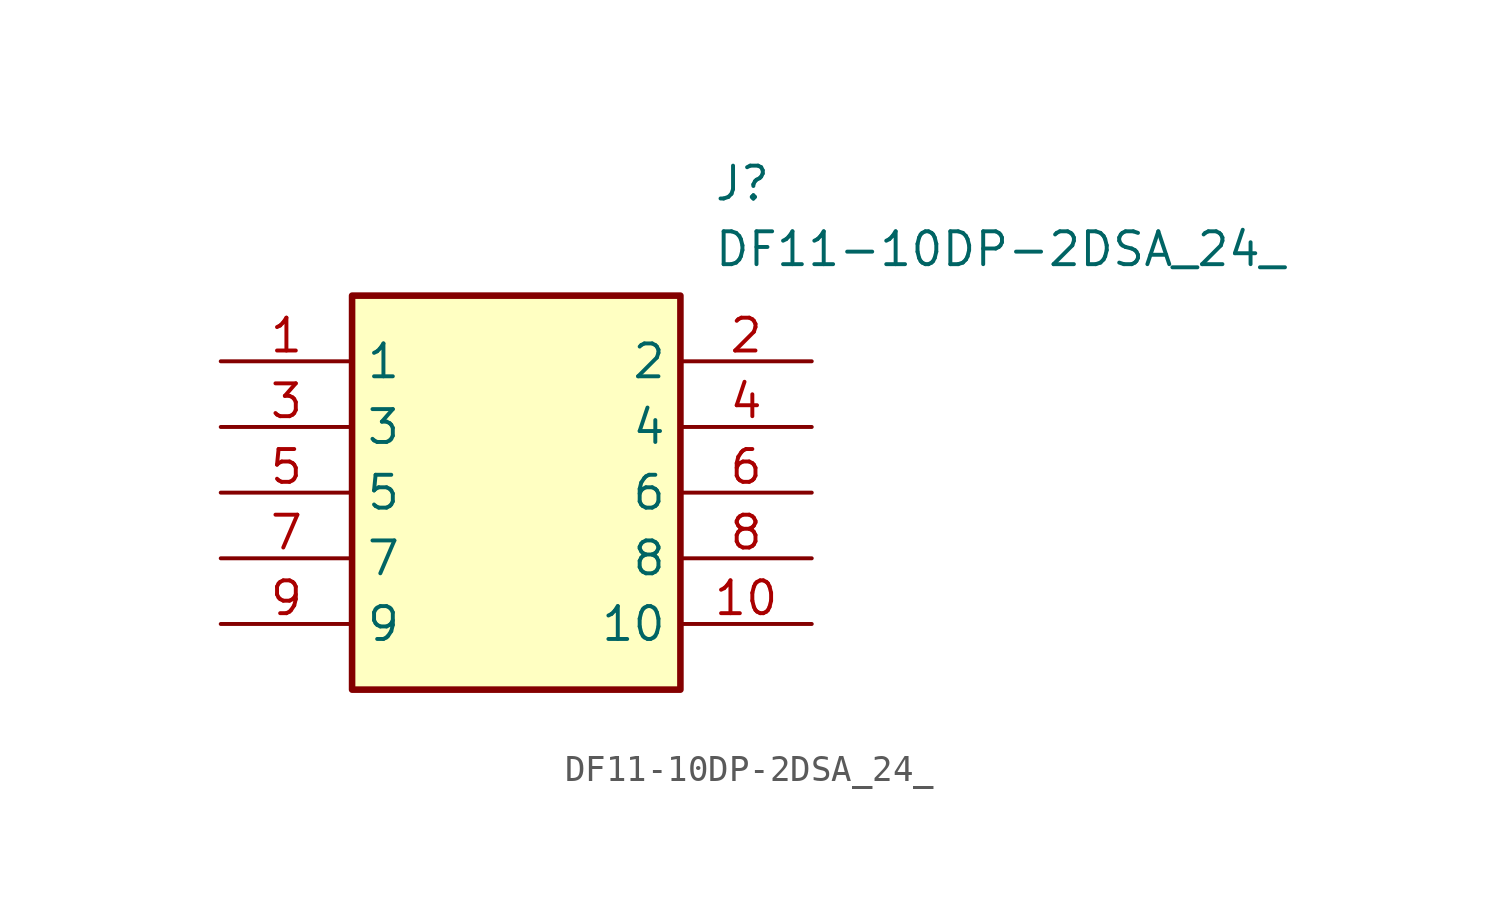
<source format=kicad_sym>
(kicad_symbol_lib
  (version 20211014)
  (generator SamacSys_ECAD_Model)
  (symbol "DF11-10DP-2DSA_24_"
    (property "Reference" "J"
      (at 19.05 7.62 0)
      (effects (font (size 1.27 1.27)) (justify left top)))
    (property "Value" "DF11-10DP-2DSA_24_"
      (at 19.05 5.08 0)
      (effects (font (size 1.27 1.27)) (justify left top)))
    (rectangle
      (start 5.08 2.54)
      (end 17.78 -12.7)
      (stroke (width 0.254) (type default))
      (fill (type background)))
    (pin passive line
      (at 0 0 0)
      (length 5.08)
      (name "1" (effects (font (size 1.27 1.27))))
      (number "1" (effects (font (size 1.27 1.27)))))
    (pin passive line
      (at 0 -2.54 0)
      (length 5.08)
      (name "3" (effects (font (size 1.27 1.27))))
      (number "3" (effects (font (size 1.27 1.27)))))
    (pin passive line
      (at 0 -5.08 0)
      (length 5.08)
      (name "5" (effects (font (size 1.27 1.27))))
      (number "5" (effects (font (size 1.27 1.27)))))
    (pin passive line
      (at 0 -7.62 0)
      (length 5.08)
      (name "7" (effects (font (size 1.27 1.27))))
      (number "7" (effects (font (size 1.27 1.27)))))
    (pin passive line
      (at 0 -10.16 0)
      (length 5.08)
      (name "9" (effects (font (size 1.27 1.27))))
      (number "9" (effects (font (size 1.27 1.27)))))
    (pin passive line
      (at 22.86 0 180)
      (length 5.08)
      (name "2" (effects (font (size 1.27 1.27))))
      (number "2" (effects (font (size 1.27 1.27)))))
    (pin passive line
      (at 22.86 -2.54 180)
      (length 5.08)
      (name "4" (effects (font (size 1.27 1.27))))
      (number "4" (effects (font (size 1.27 1.27)))))
    (pin passive line
      (at 22.86 -5.08 180)
      (length 5.08)
      (name "6" (effects (font (size 1.27 1.27))))
      (number "6" (effects (font (size 1.27 1.27)))))
    (pin passive line
      (at 22.86 -7.62 180)
      (length 5.08)
      (name "8" (effects (font (size 1.27 1.27))))
      (number "8" (effects (font (size 1.27 1.27)))))
    (pin passive line
      (at 22.86 -10.16 180)
      (length 5.08)
      (name "10" (effects (font (size 1.27 1.27))))
      (number "10" (effects (font (size 1.27 1.27)))))))
</source>
